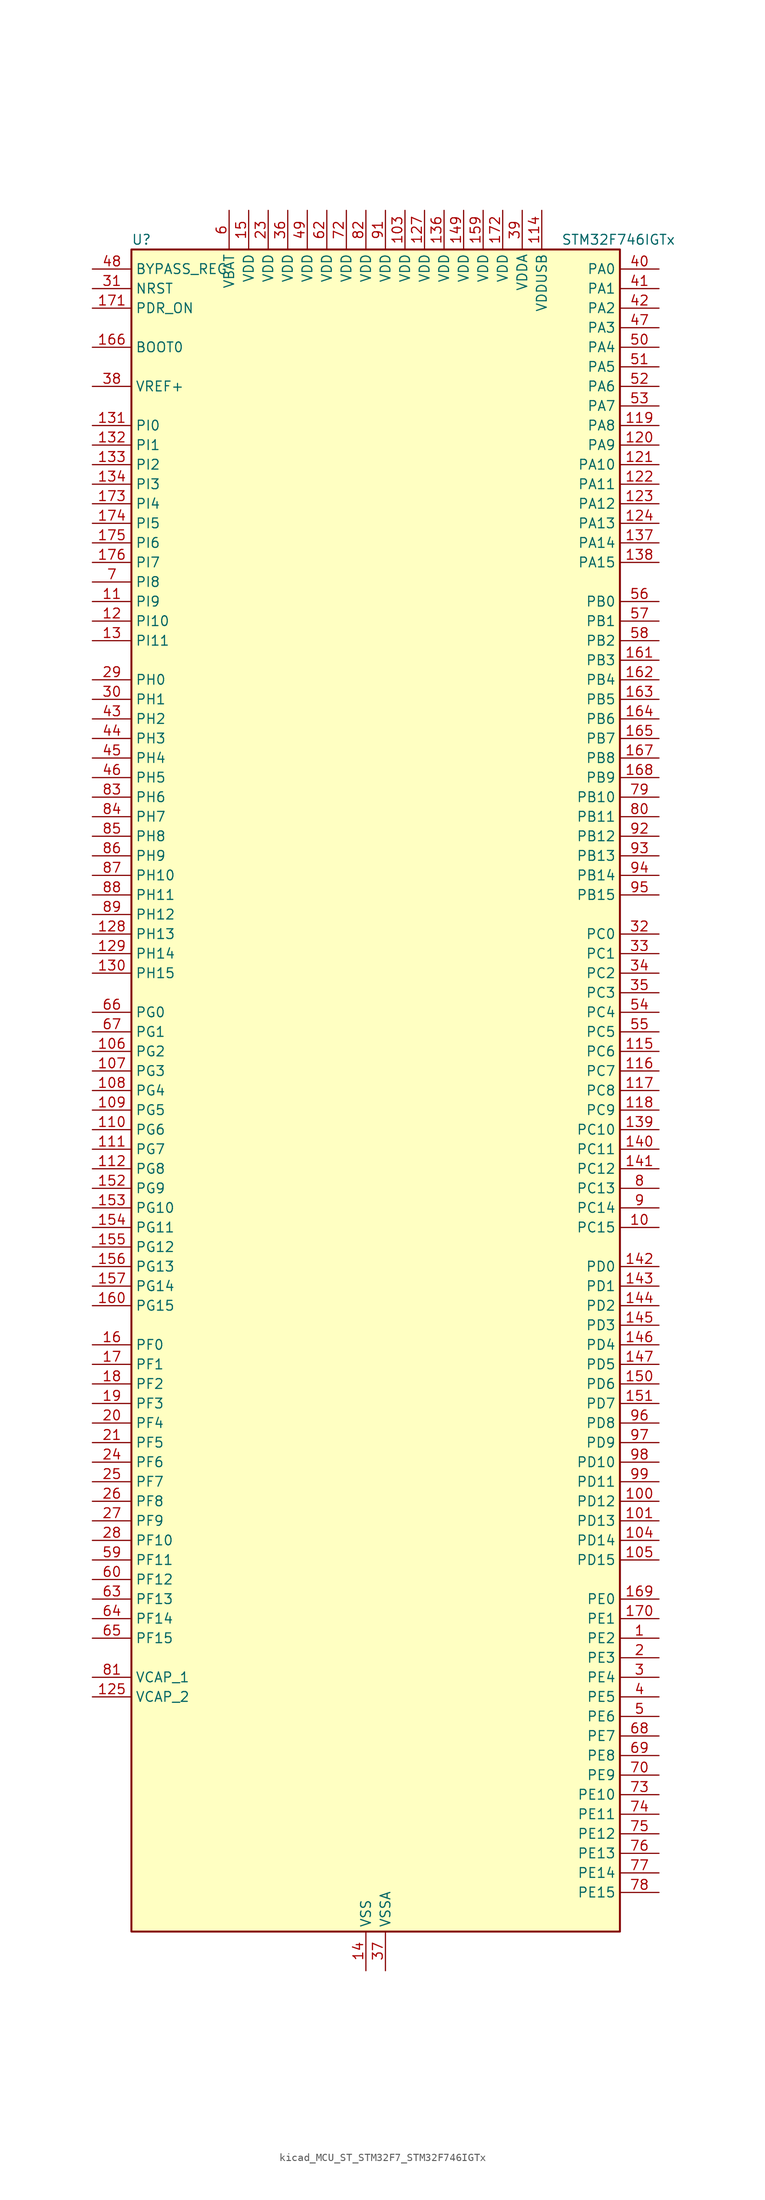
<source format=kicad_sym>
(kicad_symbol_lib
  (version 20220914)
  (generator kicad_symbol_editor)
  (symbol "kicad_MCU_ST_STM32F7_STM32F746IGTx"
    (property "Reference" "U"
      (at -30.48 110.49 0)
      (effects (font (size 1.27 1.27)) (justify left)))
    (property "Value" "STM32F746IGTx"
      (at 25.4 110.49 0)
      (effects (font (size 1.27 1.27)) (justify left)))
    (property "ki_locked" ""
      (at 0 0 0)
      (effects (font (size 1.27 1.27))))
    (symbol "kicad_MCU_ST_STM32F7_STM32F746IGTx_0_1"
      (rectangle (start -30.48 -109.22) (end 33.02 109.22) (stroke (width 0.254) (type default)) (fill (type background))))
    (symbol "kicad_MCU_ST_STM32F7_STM32F746IGTx_1_1"
      (pin bidirectional line (at 38.1 -71.12 180) (length 5.08) (name "PE2" (effects (font (size 1.27 1.27)))) (number "1" (effects (font (size 1.27 1.27)))) (alternate "ETH_TXD3" bidirectional line) (alternate "FMC_A23" bidirectional line) (alternate "QUADSPI_BK1_IO2" bidirectional line) (alternate "SAI1_MCLK_A" bidirectional line) (alternate "SPI4_SCK" bidirectional line) (alternate "SYS_TRACECLK" bidirectional line))
      (pin bidirectional line (at 38.1 -17.78 180) (length 5.08) (name "PC15" (effects (font (size 1.27 1.27)))) (number "10" (effects (font (size 1.27 1.27)))) (alternate "RCC_OSC32_OUT" bidirectional line))
      (pin bidirectional line (at 38.1 -53.34 180) (length 5.08) (name "PD12" (effects (font (size 1.27 1.27)))) (number "100" (effects (font (size 1.27 1.27)))) (alternate "FMC_A17" bidirectional line) (alternate "FMC_ALE" bidirectional line) (alternate "I2C4_SCL" bidirectional line) (alternate "LPTIM1_IN1" bidirectional line) (alternate "QUADSPI_BK1_IO1" bidirectional line) (alternate "SAI2_FS_A" bidirectional line) (alternate "TIM4_CH1" bidirectional line) (alternate "USART3_DE" bidirectional line) (alternate "USART3_RTS" bidirectional line))
      (pin bidirectional line (at 38.1 -55.88 180) (length 5.08) (name "PD13" (effects (font (size 1.27 1.27)))) (number "101" (effects (font (size 1.27 1.27)))) (alternate "FMC_A18" bidirectional line) (alternate "I2C4_SDA" bidirectional line) (alternate "LPTIM1_OUT" bidirectional line) (alternate "QUADSPI_BK1_IO3" bidirectional line) (alternate "SAI2_SCK_A" bidirectional line) (alternate "TIM4_CH2" bidirectional line))
      (pin passive line (at 0 -114.3 90) (length 5.08) hide (name "VSS" (effects (font (size 1.27 1.27)))) (number "102" (effects (font (size 1.27 1.27)))))
      (pin power_in line (at 5.08 114.3 270) (length 5.08) (name "VDD" (effects (font (size 1.27 1.27)))) (number "103" (effects (font (size 1.27 1.27)))))
      (pin bidirectional line (at 38.1 -58.42 180) (length 5.08) (name "PD14" (effects (font (size 1.27 1.27)))) (number "104" (effects (font (size 1.27 1.27)))) (alternate "FMC_D0" bidirectional line) (alternate "FMC_DA0" bidirectional line) (alternate "TIM4_CH3" bidirectional line) (alternate "UART8_CTS" bidirectional line))
      (pin bidirectional line (at 38.1 -60.96 180) (length 5.08) (name "PD15" (effects (font (size 1.27 1.27)))) (number "105" (effects (font (size 1.27 1.27)))) (alternate "FMC_D1" bidirectional line) (alternate "FMC_DA1" bidirectional line) (alternate "TIM4_CH4" bidirectional line) (alternate "UART8_DE" bidirectional line) (alternate "UART8_RTS" bidirectional line))
      (pin bidirectional line (at -35.56 5.08 0) (length 5.08) (name "PG2" (effects (font (size 1.27 1.27)))) (number "106" (effects (font (size 1.27 1.27)))) (alternate "FMC_A12" bidirectional line))
      (pin bidirectional line (at -35.56 2.54 0) (length 5.08) (name "PG3" (effects (font (size 1.27 1.27)))) (number "107" (effects (font (size 1.27 1.27)))) (alternate "FMC_A13" bidirectional line))
      (pin bidirectional line (at -35.56 0 0) (length 5.08) (name "PG4" (effects (font (size 1.27 1.27)))) (number "108" (effects (font (size 1.27 1.27)))) (alternate "FMC_A14" bidirectional line) (alternate "FMC_BA0" bidirectional line))
      (pin bidirectional line (at -35.56 -2.54 0) (length 5.08) (name "PG5" (effects (font (size 1.27 1.27)))) (number "109" (effects (font (size 1.27 1.27)))) (alternate "FMC_A15" bidirectional line) (alternate "FMC_BA1" bidirectional line))
      (pin bidirectional line (at -35.56 63.5 0) (length 5.08) (name "PI9" (effects (font (size 1.27 1.27)))) (number "11" (effects (font (size 1.27 1.27)))) (alternate "CAN1_RX" bidirectional line) (alternate "DAC_EXTI9" bidirectional line) (alternate "FMC_D30" bidirectional line) (alternate "LTDC_VSYNC" bidirectional line))
      (pin bidirectional line (at -35.56 -5.08 0) (length 5.08) (name "PG6" (effects (font (size 1.27 1.27)))) (number "110" (effects (font (size 1.27 1.27)))) (alternate "DCMI_D12" bidirectional line) (alternate "LTDC_R7" bidirectional line))
      (pin bidirectional line (at -35.56 -7.62 0) (length 5.08) (name "PG7" (effects (font (size 1.27 1.27)))) (number "111" (effects (font (size 1.27 1.27)))) (alternate "DCMI_D13" bidirectional line) (alternate "FMC_INT" bidirectional line) (alternate "LTDC_CLK" bidirectional line) (alternate "USART6_CK" bidirectional line))
      (pin bidirectional line (at -35.56 -10.16 0) (length 5.08) (name "PG8" (effects (font (size 1.27 1.27)))) (number "112" (effects (font (size 1.27 1.27)))) (alternate "ETH_PPS_OUT" bidirectional line) (alternate "FMC_SDCLK" bidirectional line) (alternate "SPDIFRX_IN2" bidirectional line) (alternate "SPI6_NSS" bidirectional line) (alternate "USART6_DE" bidirectional line) (alternate "USART6_RTS" bidirectional line))
      (pin passive line (at 0 -114.3 90) (length 5.08) hide (name "VSS" (effects (font (size 1.27 1.27)))) (number "113" (effects (font (size 1.27 1.27)))))
      (pin power_in line (at 22.86 114.3 270) (length 5.08) (name "VDDUSB" (effects (font (size 1.27 1.27)))) (number "114" (effects (font (size 1.27 1.27)))))
      (pin bidirectional line (at 38.1 5.08 180) (length 5.08) (name "PC6" (effects (font (size 1.27 1.27)))) (number "115" (effects (font (size 1.27 1.27)))) (alternate "DCMI_D0" bidirectional line) (alternate "I2S2_MCK" bidirectional line) (alternate "LTDC_HSYNC" bidirectional line) (alternate "SDMMC1_D6" bidirectional line) (alternate "TIM3_CH1" bidirectional line) (alternate "TIM8_CH1" bidirectional line) (alternate "USART6_TX" bidirectional line))
      (pin bidirectional line (at 38.1 2.54 180) (length 5.08) (name "PC7" (effects (font (size 1.27 1.27)))) (number "116" (effects (font (size 1.27 1.27)))) (alternate "DCMI_D1" bidirectional line) (alternate "I2S3_MCK" bidirectional line) (alternate "LTDC_G6" bidirectional line) (alternate "SDMMC1_D7" bidirectional line) (alternate "TIM3_CH2" bidirectional line) (alternate "TIM8_CH2" bidirectional line) (alternate "USART6_RX" bidirectional line))
      (pin bidirectional line (at 38.1 0 180) (length 5.08) (name "PC8" (effects (font (size 1.27 1.27)))) (number "117" (effects (font (size 1.27 1.27)))) (alternate "DCMI_D2" bidirectional line) (alternate "SDMMC1_D0" bidirectional line) (alternate "SYS_TRACED1" bidirectional line) (alternate "TIM3_CH3" bidirectional line) (alternate "TIM8_CH3" bidirectional line) (alternate "UART5_DE" bidirectional line) (alternate "UART5_RTS" bidirectional line) (alternate "USART6_CK" bidirectional line))
      (pin bidirectional line (at 38.1 -2.54 180) (length 5.08) (name "PC9" (effects (font (size 1.27 1.27)))) (number "118" (effects (font (size 1.27 1.27)))) (alternate "DAC_EXTI9" bidirectional line) (alternate "DCMI_D3" bidirectional line) (alternate "I2C3_SDA" bidirectional line) (alternate "I2S_CKIN" bidirectional line) (alternate "QUADSPI_BK1_IO0" bidirectional line) (alternate "RCC_MCO_2" bidirectional line) (alternate "SDMMC1_D1" bidirectional line) (alternate "TIM3_CH4" bidirectional line) (alternate "TIM8_CH4" bidirectional line) (alternate "UART5_CTS" bidirectional line))
      (pin bidirectional line (at 38.1 86.36 180) (length 5.08) (name "PA8" (effects (font (size 1.27 1.27)))) (number "119" (effects (font (size 1.27 1.27)))) (alternate "I2C3_SCL" bidirectional line) (alternate "LTDC_R6" bidirectional line) (alternate "RCC_MCO_1" bidirectional line) (alternate "TIM1_CH1" bidirectional line) (alternate "TIM8_BKIN2" bidirectional line) (alternate "USART1_CK" bidirectional line) (alternate "USB_OTG_FS_SOF" bidirectional line))
      (pin bidirectional line (at -35.56 60.96 0) (length 5.08) (name "PI10" (effects (font (size 1.27 1.27)))) (number "12" (effects (font (size 1.27 1.27)))) (alternate "ETH_RX_ER" bidirectional line) (alternate "FMC_D31" bidirectional line) (alternate "LTDC_HSYNC" bidirectional line))
      (pin bidirectional line (at 38.1 83.82 180) (length 5.08) (name "PA9" (effects (font (size 1.27 1.27)))) (number "120" (effects (font (size 1.27 1.27)))) (alternate "DAC_EXTI9" bidirectional line) (alternate "DCMI_D0" bidirectional line) (alternate "I2C3_SMBA" bidirectional line) (alternate "I2S2_CK" bidirectional line) (alternate "SPI2_SCK" bidirectional line) (alternate "TIM1_CH2" bidirectional line) (alternate "USART1_TX" bidirectional line) (alternate "USB_OTG_FS_VBUS" bidirectional line))
      (pin bidirectional line (at 38.1 81.28 180) (length 5.08) (name "PA10" (effects (font (size 1.27 1.27)))) (number "121" (effects (font (size 1.27 1.27)))) (alternate "DCMI_D1" bidirectional line) (alternate "TIM1_CH3" bidirectional line) (alternate "USART1_RX" bidirectional line) (alternate "USB_OTG_FS_ID" bidirectional line))
      (pin bidirectional line (at 38.1 78.74 180) (length 5.08) (name "PA11" (effects (font (size 1.27 1.27)))) (number "122" (effects (font (size 1.27 1.27)))) (alternate "ADC1_EXTI11" bidirectional line) (alternate "ADC2_EXTI11" bidirectional line) (alternate "ADC3_EXTI11" bidirectional line) (alternate "CAN1_RX" bidirectional line) (alternate "LTDC_R4" bidirectional line) (alternate "TIM1_CH4" bidirectional line) (alternate "USART1_CTS" bidirectional line) (alternate "USB_OTG_FS_DM" bidirectional line))
      (pin bidirectional line (at 38.1 76.2 180) (length 5.08) (name "PA12" (effects (font (size 1.27 1.27)))) (number "123" (effects (font (size 1.27 1.27)))) (alternate "CAN1_TX" bidirectional line) (alternate "LTDC_R5" bidirectional line) (alternate "SAI2_FS_B" bidirectional line) (alternate "TIM1_ETR" bidirectional line) (alternate "USART1_DE" bidirectional line) (alternate "USART1_RTS" bidirectional line) (alternate "USB_OTG_FS_DP" bidirectional line))
      (pin bidirectional line (at 38.1 73.66 180) (length 5.08) (name "PA13" (effects (font (size 1.27 1.27)))) (number "124" (effects (font (size 1.27 1.27)))) (alternate "SYS_JTMS-SWDIO" bidirectional line))
      (pin power_out line (at -35.56 -78.74 0) (length 5.08) (name "VCAP_2" (effects (font (size 1.27 1.27)))) (number "125" (effects (font (size 1.27 1.27)))))
      (pin passive line (at 0 -114.3 90) (length 5.08) hide (name "VSS" (effects (font (size 1.27 1.27)))) (number "126" (effects (font (size 1.27 1.27)))))
      (pin power_in line (at 7.62 114.3 270) (length 5.08) (name "VDD" (effects (font (size 1.27 1.27)))) (number "127" (effects (font (size 1.27 1.27)))))
      (pin bidirectional line (at -35.56 20.32 0) (length 5.08) (name "PH13" (effects (font (size 1.27 1.27)))) (number "128" (effects (font (size 1.27 1.27)))) (alternate "CAN1_TX" bidirectional line) (alternate "FMC_D21" bidirectional line) (alternate "LTDC_G2" bidirectional line) (alternate "TIM8_CH1N" bidirectional line))
      (pin bidirectional line (at -35.56 17.78 0) (length 5.08) (name "PH14" (effects (font (size 1.27 1.27)))) (number "129" (effects (font (size 1.27 1.27)))) (alternate "DCMI_D4" bidirectional line) (alternate "FMC_D22" bidirectional line) (alternate "LTDC_G3" bidirectional line) (alternate "TIM8_CH2N" bidirectional line))
      (pin bidirectional line (at -35.56 58.42 0) (length 5.08) (name "PI11" (effects (font (size 1.27 1.27)))) (number "13" (effects (font (size 1.27 1.27)))) (alternate "ADC1_EXTI11" bidirectional line) (alternate "ADC2_EXTI11" bidirectional line) (alternate "ADC3_EXTI11" bidirectional line) (alternate "SYS_WKUP6" bidirectional line) (alternate "USB_OTG_HS_ULPI_DIR" bidirectional line))
      (pin bidirectional line (at -35.56 15.24 0) (length 5.08) (name "PH15" (effects (font (size 1.27 1.27)))) (number "130" (effects (font (size 1.27 1.27)))) (alternate "DCMI_D11" bidirectional line) (alternate "FMC_D23" bidirectional line) (alternate "LTDC_G4" bidirectional line) (alternate "TIM8_CH3N" bidirectional line))
      (pin bidirectional line (at -35.56 86.36 0) (length 5.08) (name "PI0" (effects (font (size 1.27 1.27)))) (number "131" (effects (font (size 1.27 1.27)))) (alternate "DCMI_D13" bidirectional line) (alternate "FMC_D24" bidirectional line) (alternate "I2S2_WS" bidirectional line) (alternate "LTDC_G5" bidirectional line) (alternate "SPI2_NSS" bidirectional line) (alternate "TIM5_CH4" bidirectional line))
      (pin bidirectional line (at -35.56 83.82 0) (length 5.08) (name "PI1" (effects (font (size 1.27 1.27)))) (number "132" (effects (font (size 1.27 1.27)))) (alternate "DCMI_D8" bidirectional line) (alternate "FMC_D25" bidirectional line) (alternate "I2S2_CK" bidirectional line) (alternate "LTDC_G6" bidirectional line) (alternate "SPI2_SCK" bidirectional line) (alternate "TIM8_BKIN2" bidirectional line))
      (pin bidirectional line (at -35.56 81.28 0) (length 5.08) (name "PI2" (effects (font (size 1.27 1.27)))) (number "133" (effects (font (size 1.27 1.27)))) (alternate "DCMI_D9" bidirectional line) (alternate "FMC_D26" bidirectional line) (alternate "LTDC_G7" bidirectional line) (alternate "SPI2_MISO" bidirectional line) (alternate "TIM8_CH4" bidirectional line))
      (pin bidirectional line (at -35.56 78.74 0) (length 5.08) (name "PI3" (effects (font (size 1.27 1.27)))) (number "134" (effects (font (size 1.27 1.27)))) (alternate "DCMI_D10" bidirectional line) (alternate "FMC_D27" bidirectional line) (alternate "I2S2_SD" bidirectional line) (alternate "SPI2_MOSI" bidirectional line) (alternate "TIM8_ETR" bidirectional line))
      (pin passive line (at 0 -114.3 90) (length 5.08) hide (name "VSS" (effects (font (size 1.27 1.27)))) (number "135" (effects (font (size 1.27 1.27)))))
      (pin power_in line (at 10.16 114.3 270) (length 5.08) (name "VDD" (effects (font (size 1.27 1.27)))) (number "136" (effects (font (size 1.27 1.27)))))
      (pin bidirectional line (at 38.1 71.12 180) (length 5.08) (name "PA14" (effects (font (size 1.27 1.27)))) (number "137" (effects (font (size 1.27 1.27)))) (alternate "SYS_JTCK-SWCLK" bidirectional line))
      (pin bidirectional line (at 38.1 68.58 180) (length 5.08) (name "PA15" (effects (font (size 1.27 1.27)))) (number "138" (effects (font (size 1.27 1.27)))) (alternate "CEC" bidirectional line) (alternate "I2S1_WS" bidirectional line) (alternate "I2S3_WS" bidirectional line) (alternate "SPI1_NSS" bidirectional line) (alternate "SPI3_NSS" bidirectional line) (alternate "SYS_JTDI" bidirectional line) (alternate "TIM2_CH1" bidirectional line) (alternate "TIM2_ETR" bidirectional line) (alternate "UART4_DE" bidirectional line) (alternate "UART4_RTS" bidirectional line))
      (pin bidirectional line (at 38.1 -5.08 180) (length 5.08) (name "PC10" (effects (font (size 1.27 1.27)))) (number "139" (effects (font (size 1.27 1.27)))) (alternate "DCMI_D8" bidirectional line) (alternate "I2S3_CK" bidirectional line) (alternate "LTDC_R2" bidirectional line) (alternate "QUADSPI_BK1_IO1" bidirectional line) (alternate "SDMMC1_D2" bidirectional line) (alternate "SPI3_SCK" bidirectional line) (alternate "UART4_TX" bidirectional line) (alternate "USART3_TX" bidirectional line))
      (pin power_in line (at 0 -114.3 90) (length 5.08) (name "VSS" (effects (font (size 1.27 1.27)))) (number "14" (effects (font (size 1.27 1.27)))))
      (pin bidirectional line (at 38.1 -7.62 180) (length 5.08) (name "PC11" (effects (font (size 1.27 1.27)))) (number "140" (effects (font (size 1.27 1.27)))) (alternate "ADC1_EXTI11" bidirectional line) (alternate "ADC2_EXTI11" bidirectional line) (alternate "ADC3_EXTI11" bidirectional line) (alternate "DCMI_D4" bidirectional line) (alternate "QUADSPI_BK2_NCS" bidirectional line) (alternate "SDMMC1_D3" bidirectional line) (alternate "SPI3_MISO" bidirectional line) (alternate "UART4_RX" bidirectional line) (alternate "USART3_RX" bidirectional line))
      (pin bidirectional line (at 38.1 -10.16 180) (length 5.08) (name "PC12" (effects (font (size 1.27 1.27)))) (number "141" (effects (font (size 1.27 1.27)))) (alternate "DCMI_D9" bidirectional line) (alternate "I2S3_SD" bidirectional line) (alternate "SDMMC1_CK" bidirectional line) (alternate "SPI3_MOSI" bidirectional line) (alternate "SYS_TRACED3" bidirectional line) (alternate "UART5_TX" bidirectional line) (alternate "USART3_CK" bidirectional line))
      (pin bidirectional line (at 38.1 -22.86 180) (length 5.08) (name "PD0" (effects (font (size 1.27 1.27)))) (number "142" (effects (font (size 1.27 1.27)))) (alternate "CAN1_RX" bidirectional line) (alternate "FMC_D2" bidirectional line) (alternate "FMC_DA2" bidirectional line))
      (pin bidirectional line (at 38.1 -25.4 180) (length 5.08) (name "PD1" (effects (font (size 1.27 1.27)))) (number "143" (effects (font (size 1.27 1.27)))) (alternate "CAN1_TX" bidirectional line) (alternate "FMC_D3" bidirectional line) (alternate "FMC_DA3" bidirectional line))
      (pin bidirectional line (at 38.1 -27.94 180) (length 5.08) (name "PD2" (effects (font (size 1.27 1.27)))) (number "144" (effects (font (size 1.27 1.27)))) (alternate "DCMI_D11" bidirectional line) (alternate "SDMMC1_CMD" bidirectional line) (alternate "SYS_TRACED2" bidirectional line) (alternate "TIM3_ETR" bidirectional line) (alternate "UART5_RX" bidirectional line))
      (pin bidirectional line (at 38.1 -30.48 180) (length 5.08) (name "PD3" (effects (font (size 1.27 1.27)))) (number "145" (effects (font (size 1.27 1.27)))) (alternate "DCMI_D5" bidirectional line) (alternate "FMC_CLK" bidirectional line) (alternate "I2S2_CK" bidirectional line) (alternate "LTDC_G7" bidirectional line) (alternate "SPI2_SCK" bidirectional line) (alternate "USART2_CTS" bidirectional line))
      (pin bidirectional line (at 38.1 -33.02 180) (length 5.08) (name "PD4" (effects (font (size 1.27 1.27)))) (number "146" (effects (font (size 1.27 1.27)))) (alternate "FMC_NOE" bidirectional line) (alternate "USART2_DE" bidirectional line) (alternate "USART2_RTS" bidirectional line))
      (pin bidirectional line (at 38.1 -35.56 180) (length 5.08) (name "PD5" (effects (font (size 1.27 1.27)))) (number "147" (effects (font (size 1.27 1.27)))) (alternate "FMC_NWE" bidirectional line) (alternate "USART2_TX" bidirectional line))
      (pin passive line (at 0 -114.3 90) (length 5.08) hide (name "VSS" (effects (font (size 1.27 1.27)))) (number "148" (effects (font (size 1.27 1.27)))))
      (pin power_in line (at 12.7 114.3 270) (length 5.08) (name "VDD" (effects (font (size 1.27 1.27)))) (number "149" (effects (font (size 1.27 1.27)))))
      (pin power_in line (at -15.24 114.3 270) (length 5.08) (name "VDD" (effects (font (size 1.27 1.27)))) (number "15" (effects (font (size 1.27 1.27)))))
      (pin bidirectional line (at 38.1 -38.1 180) (length 5.08) (name "PD6" (effects (font (size 1.27 1.27)))) (number "150" (effects (font (size 1.27 1.27)))) (alternate "DCMI_D10" bidirectional line) (alternate "FMC_NWAIT" bidirectional line) (alternate "I2S3_SD" bidirectional line) (alternate "LTDC_B2" bidirectional line) (alternate "SAI1_SD_A" bidirectional line) (alternate "SPI3_MOSI" bidirectional line) (alternate "USART2_RX" bidirectional line))
      (pin bidirectional line (at 38.1 -40.64 180) (length 5.08) (name "PD7" (effects (font (size 1.27 1.27)))) (number "151" (effects (font (size 1.27 1.27)))) (alternate "FMC_NE1" bidirectional line) (alternate "SPDIFRX_IN0" bidirectional line) (alternate "USART2_CK" bidirectional line))
      (pin bidirectional line (at -35.56 -12.7 0) (length 5.08) (name "PG9" (effects (font (size 1.27 1.27)))) (number "152" (effects (font (size 1.27 1.27)))) (alternate "DAC_EXTI9" bidirectional line) (alternate "DCMI_VSYNC" bidirectional line) (alternate "FMC_NCE" bidirectional line) (alternate "FMC_NE2" bidirectional line) (alternate "QUADSPI_BK2_IO2" bidirectional line) (alternate "SAI2_FS_B" bidirectional line) (alternate "SPDIFRX_IN3" bidirectional line) (alternate "USART6_RX" bidirectional line))
      (pin bidirectional line (at -35.56 -15.24 0) (length 5.08) (name "PG10" (effects (font (size 1.27 1.27)))) (number "153" (effects (font (size 1.27 1.27)))) (alternate "DCMI_D2" bidirectional line) (alternate "FMC_NE3" bidirectional line) (alternate "LTDC_B2" bidirectional line) (alternate "LTDC_G3" bidirectional line) (alternate "SAI2_SD_B" bidirectional line))
      (pin bidirectional line (at -35.56 -17.78 0) (length 5.08) (name "PG11" (effects (font (size 1.27 1.27)))) (number "154" (effects (font (size 1.27 1.27)))) (alternate "ADC1_EXTI11" bidirectional line) (alternate "ADC2_EXTI11" bidirectional line) (alternate "ADC3_EXTI11" bidirectional line) (alternate "DCMI_D3" bidirectional line) (alternate "ETH_TX_EN" bidirectional line) (alternate "LTDC_B3" bidirectional line) (alternate "SPDIFRX_IN0" bidirectional line))
      (pin bidirectional line (at -35.56 -20.32 0) (length 5.08) (name "PG12" (effects (font (size 1.27 1.27)))) (number "155" (effects (font (size 1.27 1.27)))) (alternate "FMC_NE4" bidirectional line) (alternate "LPTIM1_IN1" bidirectional line) (alternate "LTDC_B1" bidirectional line) (alternate "LTDC_B4" bidirectional line) (alternate "SPDIFRX_IN1" bidirectional line) (alternate "SPI6_MISO" bidirectional line) (alternate "USART6_DE" bidirectional line) (alternate "USART6_RTS" bidirectional line))
      (pin bidirectional line (at -35.56 -22.86 0) (length 5.08) (name "PG13" (effects (font (size 1.27 1.27)))) (number "156" (effects (font (size 1.27 1.27)))) (alternate "ETH_TXD0" bidirectional line) (alternate "FMC_A24" bidirectional line) (alternate "LPTIM1_OUT" bidirectional line) (alternate "LTDC_R0" bidirectional line) (alternate "SPI6_SCK" bidirectional line) (alternate "SYS_TRACED0" bidirectional line) (alternate "USART6_CTS" bidirectional line))
      (pin bidirectional line (at -35.56 -25.4 0) (length 5.08) (name "PG14" (effects (font (size 1.27 1.27)))) (number "157" (effects (font (size 1.27 1.27)))) (alternate "ETH_TXD1" bidirectional line) (alternate "FMC_A25" bidirectional line) (alternate "LPTIM1_ETR" bidirectional line) (alternate "LTDC_B0" bidirectional line) (alternate "QUADSPI_BK2_IO3" bidirectional line) (alternate "SPI6_MOSI" bidirectional line) (alternate "SYS_TRACED1" bidirectional line) (alternate "USART6_TX" bidirectional line))
      (pin passive line (at 0 -114.3 90) (length 5.08) hide (name "VSS" (effects (font (size 1.27 1.27)))) (number "158" (effects (font (size 1.27 1.27)))))
      (pin power_in line (at 15.24 114.3 270) (length 5.08) (name "VDD" (effects (font (size 1.27 1.27)))) (number "159" (effects (font (size 1.27 1.27)))))
      (pin bidirectional line (at -35.56 -33.02 0) (length 5.08) (name "PF0" (effects (font (size 1.27 1.27)))) (number "16" (effects (font (size 1.27 1.27)))) (alternate "FMC_A0" bidirectional line) (alternate "I2C2_SDA" bidirectional line))
      (pin bidirectional line (at -35.56 -27.94 0) (length 5.08) (name "PG15" (effects (font (size 1.27 1.27)))) (number "160" (effects (font (size 1.27 1.27)))) (alternate "DCMI_D13" bidirectional line) (alternate "FMC_SDNCAS" bidirectional line) (alternate "USART6_CTS" bidirectional line))
      (pin bidirectional line (at 38.1 55.88 180) (length 5.08) (name "PB3" (effects (font (size 1.27 1.27)))) (number "161" (effects (font (size 1.27 1.27)))) (alternate "I2S1_CK" bidirectional line) (alternate "I2S3_CK" bidirectional line) (alternate "SPI1_SCK" bidirectional line) (alternate "SPI3_SCK" bidirectional line) (alternate "SYS_JTDO-SWO" bidirectional line) (alternate "TIM2_CH2" bidirectional line))
      (pin bidirectional line (at 38.1 53.34 180) (length 5.08) (name "PB4" (effects (font (size 1.27 1.27)))) (number "162" (effects (font (size 1.27 1.27)))) (alternate "I2S2_WS" bidirectional line) (alternate "SPI1_MISO" bidirectional line) (alternate "SPI2_NSS" bidirectional line) (alternate "SPI3_MISO" bidirectional line) (alternate "SYS_JTRST" bidirectional line) (alternate "TIM3_CH1" bidirectional line))
      (pin bidirectional line (at 38.1 50.8 180) (length 5.08) (name "PB5" (effects (font (size 1.27 1.27)))) (number "163" (effects (font (size 1.27 1.27)))) (alternate "CAN2_RX" bidirectional line) (alternate "DCMI_D10" bidirectional line) (alternate "ETH_PPS_OUT" bidirectional line) (alternate "FMC_SDCKE1" bidirectional line) (alternate "I2C1_SMBA" bidirectional line) (alternate "I2S1_SD" bidirectional line) (alternate "I2S3_SD" bidirectional line) (alternate "SPI1_MOSI" bidirectional line) (alternate "SPI3_MOSI" bidirectional line) (alternate "TIM3_CH2" bidirectional line) (alternate "USB_OTG_HS_ULPI_D7" bidirectional line))
      (pin bidirectional line (at 38.1 48.26 180) (length 5.08) (name "PB6" (effects (font (size 1.27 1.27)))) (number "164" (effects (font (size 1.27 1.27)))) (alternate "CAN2_TX" bidirectional line) (alternate "CEC" bidirectional line) (alternate "DCMI_D5" bidirectional line) (alternate "FMC_SDNE1" bidirectional line) (alternate "I2C1_SCL" bidirectional line) (alternate "QUADSPI_BK1_NCS" bidirectional line) (alternate "TIM4_CH1" bidirectional line) (alternate "USART1_TX" bidirectional line))
      (pin bidirectional line (at 38.1 45.72 180) (length 5.08) (name "PB7" (effects (font (size 1.27 1.27)))) (number "165" (effects (font (size 1.27 1.27)))) (alternate "DCMI_VSYNC" bidirectional line) (alternate "FMC_NL" bidirectional line) (alternate "I2C1_SDA" bidirectional line) (alternate "TIM4_CH2" bidirectional line) (alternate "USART1_RX" bidirectional line))
      (pin input line (at -35.56 96.52 0) (length 5.08) (name "BOOT0" (effects (font (size 1.27 1.27)))) (number "166" (effects (font (size 1.27 1.27)))))
      (pin bidirectional line (at 38.1 43.18 180) (length 5.08) (name "PB8" (effects (font (size 1.27 1.27)))) (number "167" (effects (font (size 1.27 1.27)))) (alternate "CAN1_RX" bidirectional line) (alternate "DCMI_D6" bidirectional line) (alternate "ETH_TXD3" bidirectional line) (alternate "I2C1_SCL" bidirectional line) (alternate "LTDC_B6" bidirectional line) (alternate "SDMMC1_D4" bidirectional line) (alternate "TIM10_CH1" bidirectional line) (alternate "TIM4_CH3" bidirectional line))
      (pin bidirectional line (at 38.1 40.64 180) (length 5.08) (name "PB9" (effects (font (size 1.27 1.27)))) (number "168" (effects (font (size 1.27 1.27)))) (alternate "CAN1_TX" bidirectional line) (alternate "DAC_EXTI9" bidirectional line) (alternate "DCMI_D7" bidirectional line) (alternate "I2C1_SDA" bidirectional line) (alternate "I2S2_WS" bidirectional line) (alternate "LTDC_B7" bidirectional line) (alternate "SDMMC1_D5" bidirectional line) (alternate "SPI2_NSS" bidirectional line) (alternate "TIM11_CH1" bidirectional line) (alternate "TIM4_CH4" bidirectional line))
      (pin bidirectional line (at 38.1 -66.04 180) (length 5.08) (name "PE0" (effects (font (size 1.27 1.27)))) (number "169" (effects (font (size 1.27 1.27)))) (alternate "DCMI_D2" bidirectional line) (alternate "FMC_NBL0" bidirectional line) (alternate "LPTIM1_ETR" bidirectional line) (alternate "SAI2_MCLK_A" bidirectional line) (alternate "TIM4_ETR" bidirectional line) (alternate "UART8_RX" bidirectional line))
      (pin bidirectional line (at -35.56 -35.56 0) (length 5.08) (name "PF1" (effects (font (size 1.27 1.27)))) (number "17" (effects (font (size 1.27 1.27)))) (alternate "FMC_A1" bidirectional line) (alternate "I2C2_SCL" bidirectional line))
      (pin bidirectional line (at 38.1 -68.58 180) (length 5.08) (name "PE1" (effects (font (size 1.27 1.27)))) (number "170" (effects (font (size 1.27 1.27)))) (alternate "DCMI_D3" bidirectional line) (alternate "FMC_NBL1" bidirectional line) (alternate "LPTIM1_IN2" bidirectional line) (alternate "UART8_TX" bidirectional line))
      (pin input line (at -35.56 101.6 0) (length 5.08) (name "PDR_ON" (effects (font (size 1.27 1.27)))) (number "171" (effects (font (size 1.27 1.27)))))
      (pin power_in line (at 17.78 114.3 270) (length 5.08) (name "VDD" (effects (font (size 1.27 1.27)))) (number "172" (effects (font (size 1.27 1.27)))))
      (pin bidirectional line (at -35.56 76.2 0) (length 5.08) (name "PI4" (effects (font (size 1.27 1.27)))) (number "173" (effects (font (size 1.27 1.27)))) (alternate "DCMI_D5" bidirectional line) (alternate "FMC_NBL2" bidirectional line) (alternate "LTDC_B4" bidirectional line) (alternate "SAI2_MCLK_A" bidirectional line) (alternate "TIM8_BKIN" bidirectional line))
      (pin bidirectional line (at -35.56 73.66 0) (length 5.08) (name "PI5" (effects (font (size 1.27 1.27)))) (number "174" (effects (font (size 1.27 1.27)))) (alternate "DCMI_VSYNC" bidirectional line) (alternate "FMC_NBL3" bidirectional line) (alternate "LTDC_B5" bidirectional line) (alternate "SAI2_SCK_A" bidirectional line) (alternate "TIM8_CH1" bidirectional line))
      (pin bidirectional line (at -35.56 71.12 0) (length 5.08) (name "PI6" (effects (font (size 1.27 1.27)))) (number "175" (effects (font (size 1.27 1.27)))) (alternate "DCMI_D6" bidirectional line) (alternate "FMC_D28" bidirectional line) (alternate "LTDC_B6" bidirectional line) (alternate "SAI2_SD_A" bidirectional line) (alternate "TIM8_CH2" bidirectional line))
      (pin bidirectional line (at -35.56 68.58 0) (length 5.08) (name "PI7" (effects (font (size 1.27 1.27)))) (number "176" (effects (font (size 1.27 1.27)))) (alternate "DCMI_D7" bidirectional line) (alternate "FMC_D29" bidirectional line) (alternate "LTDC_B7" bidirectional line) (alternate "SAI2_FS_A" bidirectional line) (alternate "TIM8_CH3" bidirectional line))
      (pin bidirectional line (at -35.56 -38.1 0) (length 5.08) (name "PF2" (effects (font (size 1.27 1.27)))) (number "18" (effects (font (size 1.27 1.27)))) (alternate "FMC_A2" bidirectional line) (alternate "I2C2_SMBA" bidirectional line))
      (pin bidirectional line (at -35.56 -40.64 0) (length 5.08) (name "PF3" (effects (font (size 1.27 1.27)))) (number "19" (effects (font (size 1.27 1.27)))) (alternate "ADC3_IN9" bidirectional line) (alternate "FMC_A3" bidirectional line))
      (pin bidirectional line (at 38.1 -73.66 180) (length 5.08) (name "PE3" (effects (font (size 1.27 1.27)))) (number "2" (effects (font (size 1.27 1.27)))) (alternate "FMC_A19" bidirectional line) (alternate "SAI1_SD_B" bidirectional line) (alternate "SYS_TRACED0" bidirectional line))
      (pin bidirectional line (at -35.56 -43.18 0) (length 5.08) (name "PF4" (effects (font (size 1.27 1.27)))) (number "20" (effects (font (size 1.27 1.27)))) (alternate "ADC3_IN14" bidirectional line) (alternate "FMC_A4" bidirectional line))
      (pin bidirectional line (at -35.56 -45.72 0) (length 5.08) (name "PF5" (effects (font (size 1.27 1.27)))) (number "21" (effects (font (size 1.27 1.27)))) (alternate "ADC3_IN15" bidirectional line) (alternate "FMC_A5" bidirectional line))
      (pin passive line (at 0 -114.3 90) (length 5.08) hide (name "VSS" (effects (font (size 1.27 1.27)))) (number "22" (effects (font (size 1.27 1.27)))))
      (pin power_in line (at -12.7 114.3 270) (length 5.08) (name "VDD" (effects (font (size 1.27 1.27)))) (number "23" (effects (font (size 1.27 1.27)))))
      (pin bidirectional line (at -35.56 -48.26 0) (length 5.08) (name "PF6" (effects (font (size 1.27 1.27)))) (number "24" (effects (font (size 1.27 1.27)))) (alternate "ADC3_IN4" bidirectional line) (alternate "QUADSPI_BK1_IO3" bidirectional line) (alternate "SAI1_SD_B" bidirectional line) (alternate "SPI5_NSS" bidirectional line) (alternate "TIM10_CH1" bidirectional line) (alternate "UART7_RX" bidirectional line))
      (pin bidirectional line (at -35.56 -50.8 0) (length 5.08) (name "PF7" (effects (font (size 1.27 1.27)))) (number "25" (effects (font (size 1.27 1.27)))) (alternate "ADC3_IN5" bidirectional line) (alternate "QUADSPI_BK1_IO2" bidirectional line) (alternate "SAI1_MCLK_B" bidirectional line) (alternate "SPI5_SCK" bidirectional line) (alternate "TIM11_CH1" bidirectional line) (alternate "UART7_TX" bidirectional line))
      (pin bidirectional line (at -35.56 -53.34 0) (length 5.08) (name "PF8" (effects (font (size 1.27 1.27)))) (number "26" (effects (font (size 1.27 1.27)))) (alternate "ADC3_IN6" bidirectional line) (alternate "QUADSPI_BK1_IO0" bidirectional line) (alternate "SAI1_SCK_B" bidirectional line) (alternate "SPI5_MISO" bidirectional line) (alternate "TIM13_CH1" bidirectional line) (alternate "UART7_DE" bidirectional line) (alternate "UART7_RTS" bidirectional line))
      (pin bidirectional line (at -35.56 -55.88 0) (length 5.08) (name "PF9" (effects (font (size 1.27 1.27)))) (number "27" (effects (font (size 1.27 1.27)))) (alternate "ADC3_IN7" bidirectional line) (alternate "DAC_EXTI9" bidirectional line) (alternate "QUADSPI_BK1_IO1" bidirectional line) (alternate "SAI1_FS_B" bidirectional line) (alternate "SPI5_MOSI" bidirectional line) (alternate "TIM14_CH1" bidirectional line) (alternate "UART7_CTS" bidirectional line))
      (pin bidirectional line (at -35.56 -58.42 0) (length 5.08) (name "PF10" (effects (font (size 1.27 1.27)))) (number "28" (effects (font (size 1.27 1.27)))) (alternate "ADC3_IN8" bidirectional line) (alternate "DCMI_D11" bidirectional line) (alternate "LTDC_DE" bidirectional line))
      (pin bidirectional line (at -35.56 53.34 0) (length 5.08) (name "PH0" (effects (font (size 1.27 1.27)))) (number "29" (effects (font (size 1.27 1.27)))) (alternate "RCC_OSC_IN" bidirectional line))
      (pin bidirectional line (at 38.1 -76.2 180) (length 5.08) (name "PE4" (effects (font (size 1.27 1.27)))) (number "3" (effects (font (size 1.27 1.27)))) (alternate "DCMI_D4" bidirectional line) (alternate "FMC_A20" bidirectional line) (alternate "LTDC_B0" bidirectional line) (alternate "SAI1_FS_A" bidirectional line) (alternate "SPI4_NSS" bidirectional line) (alternate "SYS_TRACED1" bidirectional line))
      (pin bidirectional line (at -35.56 50.8 0) (length 5.08) (name "PH1" (effects (font (size 1.27 1.27)))) (number "30" (effects (font (size 1.27 1.27)))) (alternate "RCC_OSC_OUT" bidirectional line))
      (pin input line (at -35.56 104.14 0) (length 5.08) (name "NRST" (effects (font (size 1.27 1.27)))) (number "31" (effects (font (size 1.27 1.27)))))
      (pin bidirectional line (at 38.1 20.32 180) (length 5.08) (name "PC0" (effects (font (size 1.27 1.27)))) (number "32" (effects (font (size 1.27 1.27)))) (alternate "ADC1_IN10" bidirectional line) (alternate "ADC2_IN10" bidirectional line) (alternate "ADC3_IN10" bidirectional line) (alternate "FMC_SDNWE" bidirectional line) (alternate "LTDC_R5" bidirectional line) (alternate "SAI2_FS_B" bidirectional line) (alternate "USB_OTG_HS_ULPI_STP" bidirectional line))
      (pin bidirectional line (at 38.1 17.78 180) (length 5.08) (name "PC1" (effects (font (size 1.27 1.27)))) (number "33" (effects (font (size 1.27 1.27)))) (alternate "ADC1_IN11" bidirectional line) (alternate "ADC2_IN11" bidirectional line) (alternate "ADC3_IN11" bidirectional line) (alternate "ETH_MDC" bidirectional line) (alternate "I2S2_SD" bidirectional line) (alternate "RTC_TAMP3" bidirectional line) (alternate "RTC_TS" bidirectional line) (alternate "SAI1_SD_A" bidirectional line) (alternate "SPI2_MOSI" bidirectional line) (alternate "SYS_TRACED0" bidirectional line) (alternate "SYS_WKUP3" bidirectional line))
      (pin bidirectional line (at 38.1 15.24 180) (length 5.08) (name "PC2" (effects (font (size 1.27 1.27)))) (number "34" (effects (font (size 1.27 1.27)))) (alternate "ADC1_IN12" bidirectional line) (alternate "ADC2_IN12" bidirectional line) (alternate "ADC3_IN12" bidirectional line) (alternate "ETH_TXD2" bidirectional line) (alternate "FMC_SDNE0" bidirectional line) (alternate "SPI2_MISO" bidirectional line) (alternate "USB_OTG_HS_ULPI_DIR" bidirectional line))
      (pin bidirectional line (at 38.1 12.7 180) (length 5.08) (name "PC3" (effects (font (size 1.27 1.27)))) (number "35" (effects (font (size 1.27 1.27)))) (alternate "ADC1_IN13" bidirectional line) (alternate "ADC2_IN13" bidirectional line) (alternate "ADC3_IN13" bidirectional line) (alternate "ETH_TX_CLK" bidirectional line) (alternate "FMC_SDCKE0" bidirectional line) (alternate "I2S2_SD" bidirectional line) (alternate "SPI2_MOSI" bidirectional line) (alternate "USB_OTG_HS_ULPI_NXT" bidirectional line))
      (pin power_in line (at -10.16 114.3 270) (length 5.08) (name "VDD" (effects (font (size 1.27 1.27)))) (number "36" (effects (font (size 1.27 1.27)))))
      (pin power_in line (at 2.54 -114.3 90) (length 5.08) (name "VSSA" (effects (font (size 1.27 1.27)))) (number "37" (effects (font (size 1.27 1.27)))))
      (pin input line (at -35.56 91.44 0) (length 5.08) (name "VREF+" (effects (font (size 1.27 1.27)))) (number "38" (effects (font (size 1.27 1.27)))))
      (pin power_in line (at 20.32 114.3 270) (length 5.08) (name "VDDA" (effects (font (size 1.27 1.27)))) (number "39" (effects (font (size 1.27 1.27)))))
      (pin bidirectional line (at 38.1 -78.74 180) (length 5.08) (name "PE5" (effects (font (size 1.27 1.27)))) (number "4" (effects (font (size 1.27 1.27)))) (alternate "DCMI_D6" bidirectional line) (alternate "FMC_A21" bidirectional line) (alternate "LTDC_G0" bidirectional line) (alternate "SAI1_SCK_A" bidirectional line) (alternate "SPI4_MISO" bidirectional line) (alternate "SYS_TRACED2" bidirectional line) (alternate "TIM9_CH1" bidirectional line))
      (pin bidirectional line (at 38.1 106.68 180) (length 5.08) (name "PA0" (effects (font (size 1.27 1.27)))) (number "40" (effects (font (size 1.27 1.27)))) (alternate "ADC1_IN0" bidirectional line) (alternate "ADC2_IN0" bidirectional line) (alternate "ADC3_IN0" bidirectional line) (alternate "ETH_CRS" bidirectional line) (alternate "SAI2_SD_B" bidirectional line) (alternate "SYS_WKUP1" bidirectional line) (alternate "TIM2_CH1" bidirectional line) (alternate "TIM2_ETR" bidirectional line) (alternate "TIM5_CH1" bidirectional line) (alternate "TIM8_ETR" bidirectional line) (alternate "UART4_TX" bidirectional line) (alternate "USART2_CTS" bidirectional line))
      (pin bidirectional line (at 38.1 104.14 180) (length 5.08) (name "PA1" (effects (font (size 1.27 1.27)))) (number "41" (effects (font (size 1.27 1.27)))) (alternate "ADC1_IN1" bidirectional line) (alternate "ADC2_IN1" bidirectional line) (alternate "ADC3_IN1" bidirectional line) (alternate "ETH_REF_CLK" bidirectional line) (alternate "ETH_RX_CLK" bidirectional line) (alternate "LTDC_R2" bidirectional line) (alternate "QUADSPI_BK1_IO3" bidirectional line) (alternate "SAI2_MCLK_B" bidirectional line) (alternate "TIM2_CH2" bidirectional line) (alternate "TIM5_CH2" bidirectional line) (alternate "UART4_RX" bidirectional line) (alternate "USART2_DE" bidirectional line) (alternate "USART2_RTS" bidirectional line))
      (pin bidirectional line (at 38.1 101.6 180) (length 5.08) (name "PA2" (effects (font (size 1.27 1.27)))) (number "42" (effects (font (size 1.27 1.27)))) (alternate "ADC1_IN2" bidirectional line) (alternate "ADC2_IN2" bidirectional line) (alternate "ADC3_IN2" bidirectional line) (alternate "ETH_MDIO" bidirectional line) (alternate "LTDC_R1" bidirectional line) (alternate "SAI2_SCK_B" bidirectional line) (alternate "SYS_WKUP2" bidirectional line) (alternate "TIM2_CH3" bidirectional line) (alternate "TIM5_CH3" bidirectional line) (alternate "TIM9_CH1" bidirectional line) (alternate "USART2_TX" bidirectional line))
      (pin bidirectional line (at -35.56 48.26 0) (length 5.08) (name "PH2" (effects (font (size 1.27 1.27)))) (number "43" (effects (font (size 1.27 1.27)))) (alternate "ETH_CRS" bidirectional line) (alternate "FMC_SDCKE0" bidirectional line) (alternate "LPTIM1_IN2" bidirectional line) (alternate "LTDC_R0" bidirectional line) (alternate "QUADSPI_BK2_IO0" bidirectional line) (alternate "SAI2_SCK_B" bidirectional line))
      (pin bidirectional line (at -35.56 45.72 0) (length 5.08) (name "PH3" (effects (font (size 1.27 1.27)))) (number "44" (effects (font (size 1.27 1.27)))) (alternate "ETH_COL" bidirectional line) (alternate "FMC_SDNE0" bidirectional line) (alternate "LTDC_R1" bidirectional line) (alternate "QUADSPI_BK2_IO1" bidirectional line) (alternate "SAI2_MCLK_B" bidirectional line))
      (pin bidirectional line (at -35.56 43.18 0) (length 5.08) (name "PH4" (effects (font (size 1.27 1.27)))) (number "45" (effects (font (size 1.27 1.27)))) (alternate "I2C2_SCL" bidirectional line) (alternate "USB_OTG_HS_ULPI_NXT" bidirectional line))
      (pin bidirectional line (at -35.56 40.64 0) (length 5.08) (name "PH5" (effects (font (size 1.27 1.27)))) (number "46" (effects (font (size 1.27 1.27)))) (alternate "FMC_SDNWE" bidirectional line) (alternate "I2C2_SDA" bidirectional line) (alternate "SPI5_NSS" bidirectional line))
      (pin bidirectional line (at 38.1 99.06 180) (length 5.08) (name "PA3" (effects (font (size 1.27 1.27)))) (number "47" (effects (font (size 1.27 1.27)))) (alternate "ADC1_IN3" bidirectional line) (alternate "ADC2_IN3" bidirectional line) (alternate "ADC3_IN3" bidirectional line) (alternate "ETH_COL" bidirectional line) (alternate "LTDC_B5" bidirectional line) (alternate "TIM2_CH4" bidirectional line) (alternate "TIM5_CH4" bidirectional line) (alternate "TIM9_CH2" bidirectional line) (alternate "USART2_RX" bidirectional line) (alternate "USB_OTG_HS_ULPI_D0" bidirectional line))
      (pin input line (at -35.56 106.68 0) (length 5.08) (name "BYPASS_REG" (effects (font (size 1.27 1.27)))) (number "48" (effects (font (size 1.27 1.27)))))
      (pin power_in line (at -7.62 114.3 270) (length 5.08) (name "VDD" (effects (font (size 1.27 1.27)))) (number "49" (effects (font (size 1.27 1.27)))))
      (pin bidirectional line (at 38.1 -81.28 180) (length 5.08) (name "PE6" (effects (font (size 1.27 1.27)))) (number "5" (effects (font (size 1.27 1.27)))) (alternate "DCMI_D7" bidirectional line) (alternate "FMC_A22" bidirectional line) (alternate "LTDC_G1" bidirectional line) (alternate "SAI1_SD_A" bidirectional line) (alternate "SAI2_MCLK_B" bidirectional line) (alternate "SPI4_MOSI" bidirectional line) (alternate "SYS_TRACED3" bidirectional line) (alternate "TIM1_BKIN2" bidirectional line) (alternate "TIM9_CH2" bidirectional line))
      (pin bidirectional line (at 38.1 96.52 180) (length 5.08) (name "PA4" (effects (font (size 1.27 1.27)))) (number "50" (effects (font (size 1.27 1.27)))) (alternate "ADC1_IN4" bidirectional line) (alternate "ADC2_IN4" bidirectional line) (alternate "DAC_OUT1" bidirectional line) (alternate "DCMI_HSYNC" bidirectional line) (alternate "I2S1_WS" bidirectional line) (alternate "I2S3_WS" bidirectional line) (alternate "LTDC_VSYNC" bidirectional line) (alternate "SPI1_NSS" bidirectional line) (alternate "SPI3_NSS" bidirectional line) (alternate "USART2_CK" bidirectional line) (alternate "USB_OTG_HS_SOF" bidirectional line))
      (pin bidirectional line (at 38.1 93.98 180) (length 5.08) (name "PA5" (effects (font (size 1.27 1.27)))) (number "51" (effects (font (size 1.27 1.27)))) (alternate "ADC1_IN5" bidirectional line) (alternate "ADC2_IN5" bidirectional line) (alternate "DAC_OUT2" bidirectional line) (alternate "I2S1_CK" bidirectional line) (alternate "LTDC_R4" bidirectional line) (alternate "SPI1_SCK" bidirectional line) (alternate "TIM2_CH1" bidirectional line) (alternate "TIM2_ETR" bidirectional line) (alternate "TIM8_CH1N" bidirectional line) (alternate "USB_OTG_HS_ULPI_CK" bidirectional line))
      (pin bidirectional line (at 38.1 91.44 180) (length 5.08) (name "PA6" (effects (font (size 1.27 1.27)))) (number "52" (effects (font (size 1.27 1.27)))) (alternate "ADC1_IN6" bidirectional line) (alternate "ADC2_IN6" bidirectional line) (alternate "DCMI_PIXCLK" bidirectional line) (alternate "LTDC_G2" bidirectional line) (alternate "SPI1_MISO" bidirectional line) (alternate "TIM13_CH1" bidirectional line) (alternate "TIM1_BKIN" bidirectional line) (alternate "TIM3_CH1" bidirectional line) (alternate "TIM8_BKIN" bidirectional line))
      (pin bidirectional line (at 38.1 88.9 180) (length 5.08) (name "PA7" (effects (font (size 1.27 1.27)))) (number "53" (effects (font (size 1.27 1.27)))) (alternate "ADC1_IN7" bidirectional line) (alternate "ADC2_IN7" bidirectional line) (alternate "ETH_CRS_DV" bidirectional line) (alternate "ETH_RX_DV" bidirectional line) (alternate "FMC_SDNWE" bidirectional line) (alternate "I2S1_SD" bidirectional line) (alternate "SPI1_MOSI" bidirectional line) (alternate "TIM14_CH1" bidirectional line) (alternate "TIM1_CH1N" bidirectional line) (alternate "TIM3_CH2" bidirectional line) (alternate "TIM8_CH1N" bidirectional line))
      (pin bidirectional line (at 38.1 10.16 180) (length 5.08) (name "PC4" (effects (font (size 1.27 1.27)))) (number "54" (effects (font (size 1.27 1.27)))) (alternate "ADC1_IN14" bidirectional line) (alternate "ADC2_IN14" bidirectional line) (alternate "ETH_RXD0" bidirectional line) (alternate "FMC_SDNE0" bidirectional line) (alternate "I2S1_MCK" bidirectional line) (alternate "SPDIFRX_IN2" bidirectional line))
      (pin bidirectional line (at 38.1 7.62 180) (length 5.08) (name "PC5" (effects (font (size 1.27 1.27)))) (number "55" (effects (font (size 1.27 1.27)))) (alternate "ADC1_IN15" bidirectional line) (alternate "ADC2_IN15" bidirectional line) (alternate "ETH_RXD1" bidirectional line) (alternate "FMC_SDCKE0" bidirectional line) (alternate "SPDIFRX_IN3" bidirectional line))
      (pin bidirectional line (at 38.1 63.5 180) (length 5.08) (name "PB0" (effects (font (size 1.27 1.27)))) (number "56" (effects (font (size 1.27 1.27)))) (alternate "ADC1_IN8" bidirectional line) (alternate "ADC2_IN8" bidirectional line) (alternate "ETH_RXD2" bidirectional line) (alternate "LTDC_R3" bidirectional line) (alternate "TIM1_CH2N" bidirectional line) (alternate "TIM3_CH3" bidirectional line) (alternate "TIM8_CH2N" bidirectional line) (alternate "UART4_CTS" bidirectional line) (alternate "USB_OTG_HS_ULPI_D1" bidirectional line))
      (pin bidirectional line (at 38.1 60.96 180) (length 5.08) (name "PB1" (effects (font (size 1.27 1.27)))) (number "57" (effects (font (size 1.27 1.27)))) (alternate "ADC1_IN9" bidirectional line) (alternate "ADC2_IN9" bidirectional line) (alternate "ETH_RXD3" bidirectional line) (alternate "LTDC_R6" bidirectional line) (alternate "TIM1_CH3N" bidirectional line) (alternate "TIM3_CH4" bidirectional line) (alternate "TIM8_CH3N" bidirectional line) (alternate "USB_OTG_HS_ULPI_D2" bidirectional line))
      (pin bidirectional line (at 38.1 58.42 180) (length 5.08) (name "PB2" (effects (font (size 1.27 1.27)))) (number "58" (effects (font (size 1.27 1.27)))) (alternate "I2S3_SD" bidirectional line) (alternate "QUADSPI_CLK" bidirectional line) (alternate "SAI1_SD_A" bidirectional line) (alternate "SPI3_MOSI" bidirectional line))
      (pin bidirectional line (at -35.56 -60.96 0) (length 5.08) (name "PF11" (effects (font (size 1.27 1.27)))) (number "59" (effects (font (size 1.27 1.27)))) (alternate "ADC1_EXTI11" bidirectional line) (alternate "ADC2_EXTI11" bidirectional line) (alternate "ADC3_EXTI11" bidirectional line) (alternate "DCMI_D12" bidirectional line) (alternate "FMC_SDNRAS" bidirectional line) (alternate "SAI2_SD_B" bidirectional line) (alternate "SPI5_MOSI" bidirectional line))
      (pin power_in line (at -17.78 114.3 270) (length 5.08) (name "VBAT" (effects (font (size 1.27 1.27)))) (number "6" (effects (font (size 1.27 1.27)))))
      (pin bidirectional line (at -35.56 -63.5 0) (length 5.08) (name "PF12" (effects (font (size 1.27 1.27)))) (number "60" (effects (font (size 1.27 1.27)))) (alternate "FMC_A6" bidirectional line))
      (pin passive line (at 0 -114.3 90) (length 5.08) hide (name "VSS" (effects (font (size 1.27 1.27)))) (number "61" (effects (font (size 1.27 1.27)))))
      (pin power_in line (at -5.08 114.3 270) (length 5.08) (name "VDD" (effects (font (size 1.27 1.27)))) (number "62" (effects (font (size 1.27 1.27)))))
      (pin bidirectional line (at -35.56 -66.04 0) (length 5.08) (name "PF13" (effects (font (size 1.27 1.27)))) (number "63" (effects (font (size 1.27 1.27)))) (alternate "FMC_A7" bidirectional line) (alternate "I2C4_SMBA" bidirectional line))
      (pin bidirectional line (at -35.56 -68.58 0) (length 5.08) (name "PF14" (effects (font (size 1.27 1.27)))) (number "64" (effects (font (size 1.27 1.27)))) (alternate "FMC_A8" bidirectional line) (alternate "I2C4_SCL" bidirectional line))
      (pin bidirectional line (at -35.56 -71.12 0) (length 5.08) (name "PF15" (effects (font (size 1.27 1.27)))) (number "65" (effects (font (size 1.27 1.27)))) (alternate "FMC_A9" bidirectional line) (alternate "I2C4_SDA" bidirectional line))
      (pin bidirectional line (at -35.56 10.16 0) (length 5.08) (name "PG0" (effects (font (size 1.27 1.27)))) (number "66" (effects (font (size 1.27 1.27)))) (alternate "FMC_A10" bidirectional line))
      (pin bidirectional line (at -35.56 7.62 0) (length 5.08) (name "PG1" (effects (font (size 1.27 1.27)))) (number "67" (effects (font (size 1.27 1.27)))) (alternate "FMC_A11" bidirectional line))
      (pin bidirectional line (at 38.1 -83.82 180) (length 5.08) (name "PE7" (effects (font (size 1.27 1.27)))) (number "68" (effects (font (size 1.27 1.27)))) (alternate "FMC_D4" bidirectional line) (alternate "FMC_DA4" bidirectional line) (alternate "QUADSPI_BK2_IO0" bidirectional line) (alternate "TIM1_ETR" bidirectional line) (alternate "UART7_RX" bidirectional line))
      (pin bidirectional line (at 38.1 -86.36 180) (length 5.08) (name "PE8" (effects (font (size 1.27 1.27)))) (number "69" (effects (font (size 1.27 1.27)))) (alternate "FMC_D5" bidirectional line) (alternate "FMC_DA5" bidirectional line) (alternate "QUADSPI_BK2_IO1" bidirectional line) (alternate "TIM1_CH1N" bidirectional line) (alternate "UART7_TX" bidirectional line))
      (pin bidirectional line (at -35.56 66.04 0) (length 5.08) (name "PI8" (effects (font (size 1.27 1.27)))) (number "7" (effects (font (size 1.27 1.27)))) (alternate "RTC_TAMP2" bidirectional line) (alternate "RTC_TS" bidirectional line) (alternate "SYS_WKUP5" bidirectional line))
      (pin bidirectional line (at 38.1 -88.9 180) (length 5.08) (name "PE9" (effects (font (size 1.27 1.27)))) (number "70" (effects (font (size 1.27 1.27)))) (alternate "DAC_EXTI9" bidirectional line) (alternate "FMC_D6" bidirectional line) (alternate "FMC_DA6" bidirectional line) (alternate "QUADSPI_BK2_IO2" bidirectional line) (alternate "TIM1_CH1" bidirectional line) (alternate "UART7_DE" bidirectional line) (alternate "UART7_RTS" bidirectional line))
      (pin passive line (at 0 -114.3 90) (length 5.08) hide (name "VSS" (effects (font (size 1.27 1.27)))) (number "71" (effects (font (size 1.27 1.27)))))
      (pin power_in line (at -2.54 114.3 270) (length 5.08) (name "VDD" (effects (font (size 1.27 1.27)))) (number "72" (effects (font (size 1.27 1.27)))))
      (pin bidirectional line (at 38.1 -91.44 180) (length 5.08) (name "PE10" (effects (font (size 1.27 1.27)))) (number "73" (effects (font (size 1.27 1.27)))) (alternate "FMC_D7" bidirectional line) (alternate "FMC_DA7" bidirectional line) (alternate "QUADSPI_BK2_IO3" bidirectional line) (alternate "TIM1_CH2N" bidirectional line) (alternate "UART7_CTS" bidirectional line))
      (pin bidirectional line (at 38.1 -93.98 180) (length 5.08) (name "PE11" (effects (font (size 1.27 1.27)))) (number "74" (effects (font (size 1.27 1.27)))) (alternate "ADC1_EXTI11" bidirectional line) (alternate "ADC2_EXTI11" bidirectional line) (alternate "ADC3_EXTI11" bidirectional line) (alternate "FMC_D8" bidirectional line) (alternate "FMC_DA8" bidirectional line) (alternate "LTDC_G3" bidirectional line) (alternate "SAI2_SD_B" bidirectional line) (alternate "SPI4_NSS" bidirectional line) (alternate "TIM1_CH2" bidirectional line))
      (pin bidirectional line (at 38.1 -96.52 180) (length 5.08) (name "PE12" (effects (font (size 1.27 1.27)))) (number "75" (effects (font (size 1.27 1.27)))) (alternate "FMC_D9" bidirectional line) (alternate "FMC_DA9" bidirectional line) (alternate "LTDC_B4" bidirectional line) (alternate "SAI2_SCK_B" bidirectional line) (alternate "SPI4_SCK" bidirectional line) (alternate "TIM1_CH3N" bidirectional line))
      (pin bidirectional line (at 38.1 -99.06 180) (length 5.08) (name "PE13" (effects (font (size 1.27 1.27)))) (number "76" (effects (font (size 1.27 1.27)))) (alternate "FMC_D10" bidirectional line) (alternate "FMC_DA10" bidirectional line) (alternate "LTDC_DE" bidirectional line) (alternate "SAI2_FS_B" bidirectional line) (alternate "SPI4_MISO" bidirectional line) (alternate "TIM1_CH3" bidirectional line))
      (pin bidirectional line (at 38.1 -101.6 180) (length 5.08) (name "PE14" (effects (font (size 1.27 1.27)))) (number "77" (effects (font (size 1.27 1.27)))) (alternate "FMC_D11" bidirectional line) (alternate "FMC_DA11" bidirectional line) (alternate "LTDC_CLK" bidirectional line) (alternate "SAI2_MCLK_B" bidirectional line) (alternate "SPI4_MOSI" bidirectional line) (alternate "TIM1_CH4" bidirectional line))
      (pin bidirectional line (at 38.1 -104.14 180) (length 5.08) (name "PE15" (effects (font (size 1.27 1.27)))) (number "78" (effects (font (size 1.27 1.27)))) (alternate "FMC_D12" bidirectional line) (alternate "FMC_DA12" bidirectional line) (alternate "LTDC_R7" bidirectional line) (alternate "TIM1_BKIN" bidirectional line))
      (pin bidirectional line (at 38.1 38.1 180) (length 5.08) (name "PB10" (effects (font (size 1.27 1.27)))) (number "79" (effects (font (size 1.27 1.27)))) (alternate "ETH_RX_ER" bidirectional line) (alternate "I2C2_SCL" bidirectional line) (alternate "I2S2_CK" bidirectional line) (alternate "LTDC_G4" bidirectional line) (alternate "SPI2_SCK" bidirectional line) (alternate "TIM2_CH3" bidirectional line) (alternate "USART3_TX" bidirectional line) (alternate "USB_OTG_HS_ULPI_D3" bidirectional line))
      (pin bidirectional line (at 38.1 -12.7 180) (length 5.08) (name "PC13" (effects (font (size 1.27 1.27)))) (number "8" (effects (font (size 1.27 1.27)))) (alternate "RTC_OUT" bidirectional line) (alternate "RTC_TAMP1" bidirectional line) (alternate "RTC_TS" bidirectional line) (alternate "SYS_WKUP4" bidirectional line))
      (pin bidirectional line (at 38.1 35.56 180) (length 5.08) (name "PB11" (effects (font (size 1.27 1.27)))) (number "80" (effects (font (size 1.27 1.27)))) (alternate "ADC1_EXTI11" bidirectional line) (alternate "ADC2_EXTI11" bidirectional line) (alternate "ADC3_EXTI11" bidirectional line) (alternate "ETH_TX_EN" bidirectional line) (alternate "I2C2_SDA" bidirectional line) (alternate "LTDC_G5" bidirectional line) (alternate "TIM2_CH4" bidirectional line) (alternate "USART3_RX" bidirectional line) (alternate "USB_OTG_HS_ULPI_D4" bidirectional line))
      (pin power_out line (at -35.56 -76.2 0) (length 5.08) (name "VCAP_1" (effects (font (size 1.27 1.27)))) (number "81" (effects (font (size 1.27 1.27)))))
      (pin power_in line (at 0 114.3 270) (length 5.08) (name "VDD" (effects (font (size 1.27 1.27)))) (number "82" (effects (font (size 1.27 1.27)))))
      (pin bidirectional line (at -35.56 38.1 0) (length 5.08) (name "PH6" (effects (font (size 1.27 1.27)))) (number "83" (effects (font (size 1.27 1.27)))) (alternate "DCMI_D8" bidirectional line) (alternate "ETH_RXD2" bidirectional line) (alternate "FMC_SDNE1" bidirectional line) (alternate "I2C2_SMBA" bidirectional line) (alternate "SPI5_SCK" bidirectional line) (alternate "TIM12_CH1" bidirectional line))
      (pin bidirectional line (at -35.56 35.56 0) (length 5.08) (name "PH7" (effects (font (size 1.27 1.27)))) (number "84" (effects (font (size 1.27 1.27)))) (alternate "DCMI_D9" bidirectional line) (alternate "ETH_RXD3" bidirectional line) (alternate "FMC_SDCKE1" bidirectional line) (alternate "I2C3_SCL" bidirectional line) (alternate "SPI5_MISO" bidirectional line))
      (pin bidirectional line (at -35.56 33.02 0) (length 5.08) (name "PH8" (effects (font (size 1.27 1.27)))) (number "85" (effects (font (size 1.27 1.27)))) (alternate "DCMI_HSYNC" bidirectional line) (alternate "FMC_D16" bidirectional line) (alternate "I2C3_SDA" bidirectional line) (alternate "LTDC_R2" bidirectional line))
      (pin bidirectional line (at -35.56 30.48 0) (length 5.08) (name "PH9" (effects (font (size 1.27 1.27)))) (number "86" (effects (font (size 1.27 1.27)))) (alternate "DAC_EXTI9" bidirectional line) (alternate "DCMI_D0" bidirectional line) (alternate "FMC_D17" bidirectional line) (alternate "I2C3_SMBA" bidirectional line) (alternate "LTDC_R3" bidirectional line) (alternate "TIM12_CH2" bidirectional line))
      (pin bidirectional line (at -35.56 27.94 0) (length 5.08) (name "PH10" (effects (font (size 1.27 1.27)))) (number "87" (effects (font (size 1.27 1.27)))) (alternate "DCMI_D1" bidirectional line) (alternate "FMC_D18" bidirectional line) (alternate "I2C4_SMBA" bidirectional line) (alternate "LTDC_R4" bidirectional line) (alternate "TIM5_CH1" bidirectional line))
      (pin bidirectional line (at -35.56 25.4 0) (length 5.08) (name "PH11" (effects (font (size 1.27 1.27)))) (number "88" (effects (font (size 1.27 1.27)))) (alternate "ADC1_EXTI11" bidirectional line) (alternate "ADC2_EXTI11" bidirectional line) (alternate "ADC3_EXTI11" bidirectional line) (alternate "DCMI_D2" bidirectional line) (alternate "FMC_D19" bidirectional line) (alternate "I2C4_SCL" bidirectional line) (alternate "LTDC_R5" bidirectional line) (alternate "TIM5_CH2" bidirectional line))
      (pin bidirectional line (at -35.56 22.86 0) (length 5.08) (name "PH12" (effects (font (size 1.27 1.27)))) (number "89" (effects (font (size 1.27 1.27)))) (alternate "DCMI_D3" bidirectional line) (alternate "FMC_D20" bidirectional line) (alternate "I2C4_SDA" bidirectional line) (alternate "LTDC_R6" bidirectional line) (alternate "TIM5_CH3" bidirectional line))
      (pin bidirectional line (at 38.1 -15.24 180) (length 5.08) (name "PC14" (effects (font (size 1.27 1.27)))) (number "9" (effects (font (size 1.27 1.27)))) (alternate "RCC_OSC32_IN" bidirectional line))
      (pin passive line (at 0 -114.3 90) (length 5.08) hide (name "VSS" (effects (font (size 1.27 1.27)))) (number "90" (effects (font (size 1.27 1.27)))))
      (pin power_in line (at 2.54 114.3 270) (length 5.08) (name "VDD" (effects (font (size 1.27 1.27)))) (number "91" (effects (font (size 1.27 1.27)))))
      (pin bidirectional line (at 38.1 33.02 180) (length 5.08) (name "PB12" (effects (font (size 1.27 1.27)))) (number "92" (effects (font (size 1.27 1.27)))) (alternate "CAN2_RX" bidirectional line) (alternate "ETH_TXD0" bidirectional line) (alternate "I2C2_SMBA" bidirectional line) (alternate "I2S2_WS" bidirectional line) (alternate "SPI2_NSS" bidirectional line) (alternate "TIM1_BKIN" bidirectional line) (alternate "USART3_CK" bidirectional line) (alternate "USB_OTG_HS_ID" bidirectional line) (alternate "USB_OTG_HS_ULPI_D5" bidirectional line))
      (pin bidirectional line (at 38.1 30.48 180) (length 5.08) (name "PB13" (effects (font (size 1.27 1.27)))) (number "93" (effects (font (size 1.27 1.27)))) (alternate "CAN2_TX" bidirectional line) (alternate "ETH_TXD1" bidirectional line) (alternate "I2S2_CK" bidirectional line) (alternate "SPI2_SCK" bidirectional line) (alternate "TIM1_CH1N" bidirectional line) (alternate "USART3_CTS" bidirectional line) (alternate "USB_OTG_HS_ULPI_D6" bidirectional line) (alternate "USB_OTG_HS_VBUS" bidirectional line))
      (pin bidirectional line (at 38.1 27.94 180) (length 5.08) (name "PB14" (effects (font (size 1.27 1.27)))) (number "94" (effects (font (size 1.27 1.27)))) (alternate "SPI2_MISO" bidirectional line) (alternate "TIM12_CH1" bidirectional line) (alternate "TIM1_CH2N" bidirectional line) (alternate "TIM8_CH2N" bidirectional line) (alternate "USART3_DE" bidirectional line) (alternate "USART3_RTS" bidirectional line) (alternate "USB_OTG_HS_DM" bidirectional line))
      (pin bidirectional line (at 38.1 25.4 180) (length 5.08) (name "PB15" (effects (font (size 1.27 1.27)))) (number "95" (effects (font (size 1.27 1.27)))) (alternate "I2S2_SD" bidirectional line) (alternate "RTC_REFIN" bidirectional line) (alternate "SPI2_MOSI" bidirectional line) (alternate "TIM12_CH2" bidirectional line) (alternate "TIM1_CH3N" bidirectional line) (alternate "TIM8_CH3N" bidirectional line) (alternate "USB_OTG_HS_DP" bidirectional line))
      (pin bidirectional line (at 38.1 -43.18 180) (length 5.08) (name "PD8" (effects (font (size 1.27 1.27)))) (number "96" (effects (font (size 1.27 1.27)))) (alternate "FMC_D13" bidirectional line) (alternate "FMC_DA13" bidirectional line) (alternate "SPDIFRX_IN1" bidirectional line) (alternate "USART3_TX" bidirectional line))
      (pin bidirectional line (at 38.1 -45.72 180) (length 5.08) (name "PD9" (effects (font (size 1.27 1.27)))) (number "97" (effects (font (size 1.27 1.27)))) (alternate "DAC_EXTI9" bidirectional line) (alternate "FMC_D14" bidirectional line) (alternate "FMC_DA14" bidirectional line) (alternate "USART3_RX" bidirectional line))
      (pin bidirectional line (at 38.1 -48.26 180) (length 5.08) (name "PD10" (effects (font (size 1.27 1.27)))) (number "98" (effects (font (size 1.27 1.27)))) (alternate "FMC_D15" bidirectional line) (alternate "FMC_DA15" bidirectional line) (alternate "LTDC_B3" bidirectional line) (alternate "USART3_CK" bidirectional line))
      (pin bidirectional line (at 38.1 -50.8 180) (length 5.08) (name "PD11" (effects (font (size 1.27 1.27)))) (number "99" (effects (font (size 1.27 1.27)))) (alternate "ADC1_EXTI11" bidirectional line) (alternate "ADC2_EXTI11" bidirectional line) (alternate "ADC3_EXTI11" bidirectional line) (alternate "FMC_A16" bidirectional line) (alternate "FMC_CLE" bidirectional line) (alternate "I2C4_SMBA" bidirectional line) (alternate "QUADSPI_BK1_IO0" bidirectional line) (alternate "SAI2_SD_A" bidirectional line) (alternate "USART3_CTS" bidirectional line)))))
</source>
